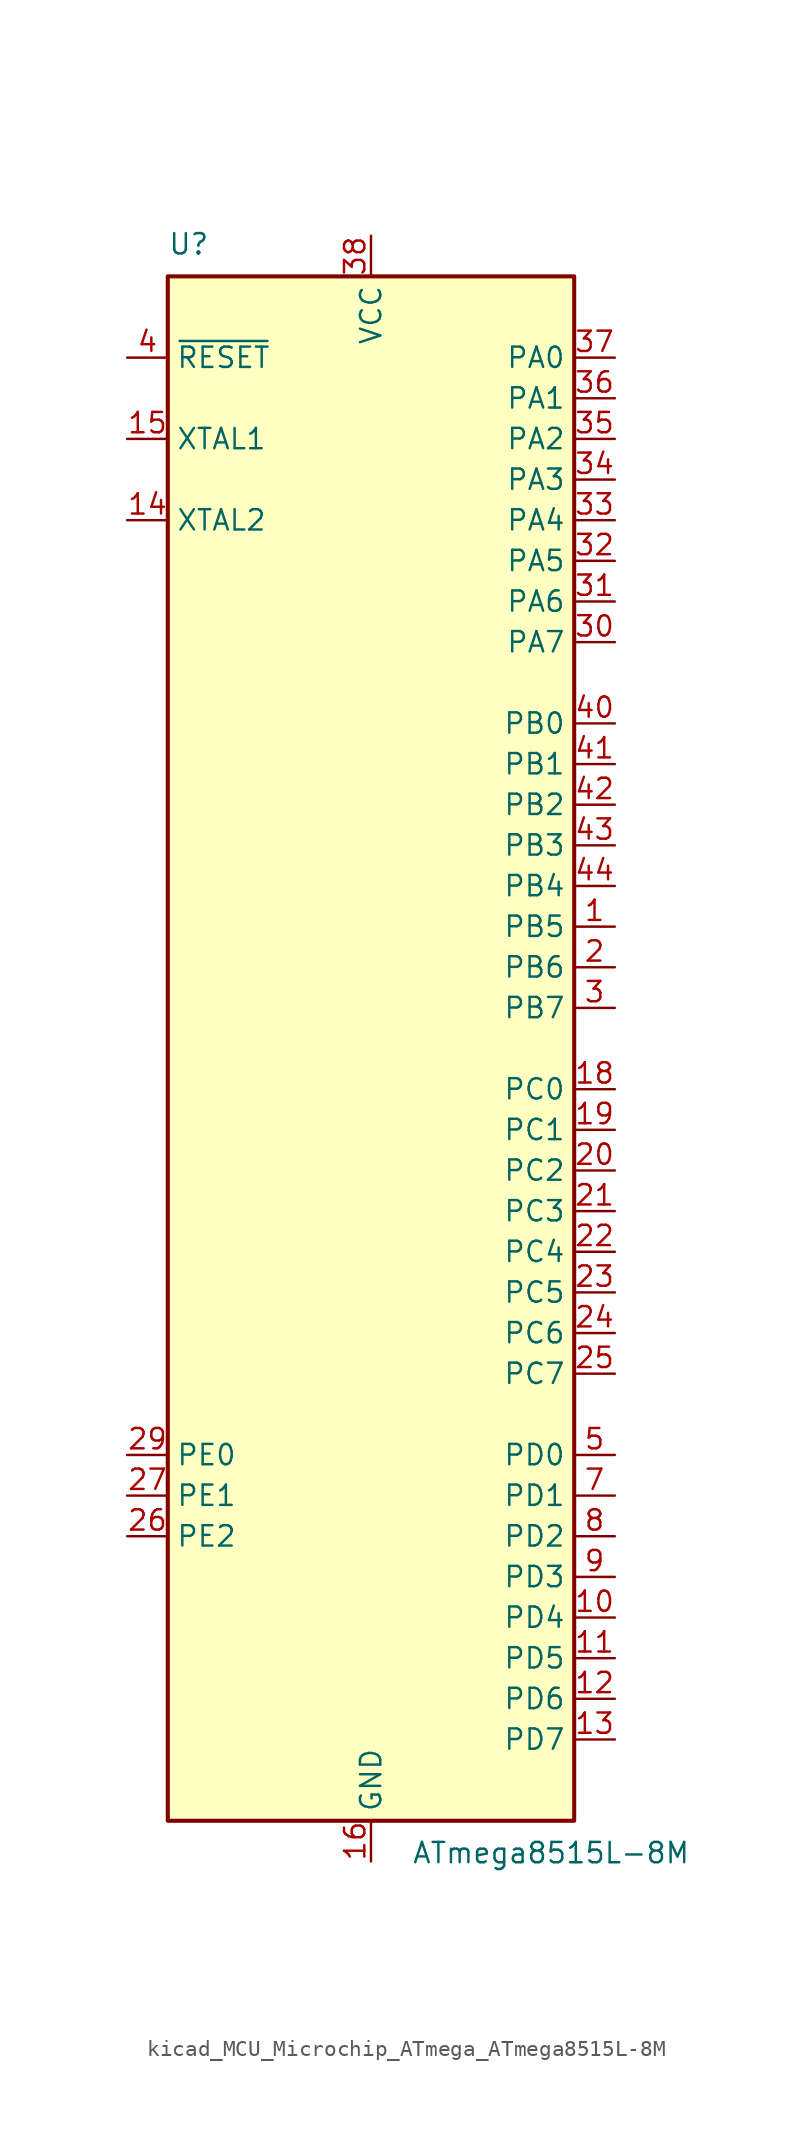
<source format=kicad_sym>
(kicad_symbol_lib
  (version 20220914)
  (generator kicad_symbol_editor)
  (symbol "kicad_MCU_Microchip_ATmega_ATmega8515L-8M"
    (property "Reference" "U"
      (at -12.7 49.53 0)
      (effects (font (size 1.27 1.27)) (justify left bottom)))
    (property "Value" "ATmega8515L-8M"
      (at 2.54 -49.53 0)
      (effects (font (size 1.27 1.27)) (justify left top)))
    (symbol "kicad_MCU_Microchip_ATmega_ATmega8515L-8M_0_1"
      (rectangle (start -12.7 -48.26) (end 12.7 48.26) (stroke (width 0.254) (type default)) (fill (type background))))
    (symbol "kicad_MCU_Microchip_ATmega_ATmega8515L-8M_1_1"
      (pin bidirectional line (at 15.24 7.62 180) (length 2.54) (name "PB5" (effects (font (size 1.27 1.27)))) (number "1" (effects (font (size 1.27 1.27)))))
      (pin bidirectional line (at 15.24 -35.56 180) (length 2.54) (name "PD4" (effects (font (size 1.27 1.27)))) (number "10" (effects (font (size 1.27 1.27)))))
      (pin bidirectional line (at 15.24 -38.1 180) (length 2.54) (name "PD5" (effects (font (size 1.27 1.27)))) (number "11" (effects (font (size 1.27 1.27)))))
      (pin bidirectional line (at 15.24 -40.64 180) (length 2.54) (name "PD6" (effects (font (size 1.27 1.27)))) (number "12" (effects (font (size 1.27 1.27)))))
      (pin bidirectional line (at 15.24 -43.18 180) (length 2.54) (name "PD7" (effects (font (size 1.27 1.27)))) (number "13" (effects (font (size 1.27 1.27)))))
      (pin output line (at -15.24 33.02 0) (length 2.54) (name "XTAL2" (effects (font (size 1.27 1.27)))) (number "14" (effects (font (size 1.27 1.27)))))
      (pin input line (at -15.24 38.1 0) (length 2.54) (name "XTAL1" (effects (font (size 1.27 1.27)))) (number "15" (effects (font (size 1.27 1.27)))))
      (pin power_in line (at 0 -50.8 90) (length 2.54) (name "GND" (effects (font (size 1.27 1.27)))) (number "16" (effects (font (size 1.27 1.27)))))
      (pin no_connect line (at -12.7 -40.64 0) (length 2.54) hide (name "NC" (effects (font (size 1.27 1.27)))) (number "17" (effects (font (size 1.27 1.27)))))
      (pin bidirectional line (at 15.24 -2.54 180) (length 2.54) (name "PC0" (effects (font (size 1.27 1.27)))) (number "18" (effects (font (size 1.27 1.27)))))
      (pin bidirectional line (at 15.24 -5.08 180) (length 2.54) (name "PC1" (effects (font (size 1.27 1.27)))) (number "19" (effects (font (size 1.27 1.27)))))
      (pin bidirectional line (at 15.24 5.08 180) (length 2.54) (name "PB6" (effects (font (size 1.27 1.27)))) (number "2" (effects (font (size 1.27 1.27)))))
      (pin bidirectional line (at 15.24 -7.62 180) (length 2.54) (name "PC2" (effects (font (size 1.27 1.27)))) (number "20" (effects (font (size 1.27 1.27)))))
      (pin bidirectional line (at 15.24 -10.16 180) (length 2.54) (name "PC3" (effects (font (size 1.27 1.27)))) (number "21" (effects (font (size 1.27 1.27)))))
      (pin bidirectional line (at 15.24 -12.7 180) (length 2.54) (name "PC4" (effects (font (size 1.27 1.27)))) (number "22" (effects (font (size 1.27 1.27)))))
      (pin bidirectional line (at 15.24 -15.24 180) (length 2.54) (name "PC5" (effects (font (size 1.27 1.27)))) (number "23" (effects (font (size 1.27 1.27)))))
      (pin bidirectional line (at 15.24 -17.78 180) (length 2.54) (name "PC6" (effects (font (size 1.27 1.27)))) (number "24" (effects (font (size 1.27 1.27)))))
      (pin bidirectional line (at 15.24 -20.32 180) (length 2.54) (name "PC7" (effects (font (size 1.27 1.27)))) (number "25" (effects (font (size 1.27 1.27)))))
      (pin bidirectional line (at -15.24 -30.48 0) (length 2.54) (name "PE2" (effects (font (size 1.27 1.27)))) (number "26" (effects (font (size 1.27 1.27)))))
      (pin bidirectional line (at -15.24 -27.94 0) (length 2.54) (name "PE1" (effects (font (size 1.27 1.27)))) (number "27" (effects (font (size 1.27 1.27)))))
      (pin no_connect line (at -12.7 -43.18 0) (length 2.54) hide (name "NC" (effects (font (size 1.27 1.27)))) (number "28" (effects (font (size 1.27 1.27)))))
      (pin bidirectional line (at -15.24 -25.4 0) (length 2.54) (name "PE0" (effects (font (size 1.27 1.27)))) (number "29" (effects (font (size 1.27 1.27)))))
      (pin bidirectional line (at 15.24 2.54 180) (length 2.54) (name "PB7" (effects (font (size 1.27 1.27)))) (number "3" (effects (font (size 1.27 1.27)))))
      (pin bidirectional line (at 15.24 25.4 180) (length 2.54) (name "PA7" (effects (font (size 1.27 1.27)))) (number "30" (effects (font (size 1.27 1.27)))))
      (pin bidirectional line (at 15.24 27.94 180) (length 2.54) (name "PA6" (effects (font (size 1.27 1.27)))) (number "31" (effects (font (size 1.27 1.27)))))
      (pin bidirectional line (at 15.24 30.48 180) (length 2.54) (name "PA5" (effects (font (size 1.27 1.27)))) (number "32" (effects (font (size 1.27 1.27)))))
      (pin bidirectional line (at 15.24 33.02 180) (length 2.54) (name "PA4" (effects (font (size 1.27 1.27)))) (number "33" (effects (font (size 1.27 1.27)))))
      (pin bidirectional line (at 15.24 35.56 180) (length 2.54) (name "PA3" (effects (font (size 1.27 1.27)))) (number "34" (effects (font (size 1.27 1.27)))))
      (pin bidirectional line (at 15.24 38.1 180) (length 2.54) (name "PA2" (effects (font (size 1.27 1.27)))) (number "35" (effects (font (size 1.27 1.27)))))
      (pin bidirectional line (at 15.24 40.64 180) (length 2.54) (name "PA1" (effects (font (size 1.27 1.27)))) (number "36" (effects (font (size 1.27 1.27)))))
      (pin bidirectional line (at 15.24 43.18 180) (length 2.54) (name "PA0" (effects (font (size 1.27 1.27)))) (number "37" (effects (font (size 1.27 1.27)))))
      (pin power_in line (at 0 50.8 270) (length 2.54) (name "VCC" (effects (font (size 1.27 1.27)))) (number "38" (effects (font (size 1.27 1.27)))))
      (pin no_connect line (at -12.7 -45.72 0) (length 2.54) hide (name "NC" (effects (font (size 1.27 1.27)))) (number "39" (effects (font (size 1.27 1.27)))))
      (pin input line (at -15.24 43.18 0) (length 2.54) (name "~{RESET}" (effects (font (size 1.27 1.27)))) (number "4" (effects (font (size 1.27 1.27)))))
      (pin bidirectional line (at 15.24 20.32 180) (length 2.54) (name "PB0" (effects (font (size 1.27 1.27)))) (number "40" (effects (font (size 1.27 1.27)))))
      (pin bidirectional line (at 15.24 17.78 180) (length 2.54) (name "PB1" (effects (font (size 1.27 1.27)))) (number "41" (effects (font (size 1.27 1.27)))))
      (pin bidirectional line (at 15.24 15.24 180) (length 2.54) (name "PB2" (effects (font (size 1.27 1.27)))) (number "42" (effects (font (size 1.27 1.27)))))
      (pin bidirectional line (at 15.24 12.7 180) (length 2.54) (name "PB3" (effects (font (size 1.27 1.27)))) (number "43" (effects (font (size 1.27 1.27)))))
      (pin bidirectional line (at 15.24 10.16 180) (length 2.54) (name "PB4" (effects (font (size 1.27 1.27)))) (number "44" (effects (font (size 1.27 1.27)))))
      (pin passive line (at 0 -50.8 90) (length 2.54) hide (name "GND" (effects (font (size 1.27 1.27)))) (number "45" (effects (font (size 1.27 1.27)))))
      (pin bidirectional line (at 15.24 -25.4 180) (length 2.54) (name "PD0" (effects (font (size 1.27 1.27)))) (number "5" (effects (font (size 1.27 1.27)))))
      (pin no_connect line (at -12.7 -38.1 0) (length 2.54) hide (name "NC" (effects (font (size 1.27 1.27)))) (number "6" (effects (font (size 1.27 1.27)))))
      (pin bidirectional line (at 15.24 -27.94 180) (length 2.54) (name "PD1" (effects (font (size 1.27 1.27)))) (number "7" (effects (font (size 1.27 1.27)))))
      (pin bidirectional line (at 15.24 -30.48 180) (length 2.54) (name "PD2" (effects (font (size 1.27 1.27)))) (number "8" (effects (font (size 1.27 1.27)))))
      (pin bidirectional line (at 15.24 -33.02 180) (length 2.54) (name "PD3" (effects (font (size 1.27 1.27)))) (number "9" (effects (font (size 1.27 1.27))))))))
</source>
